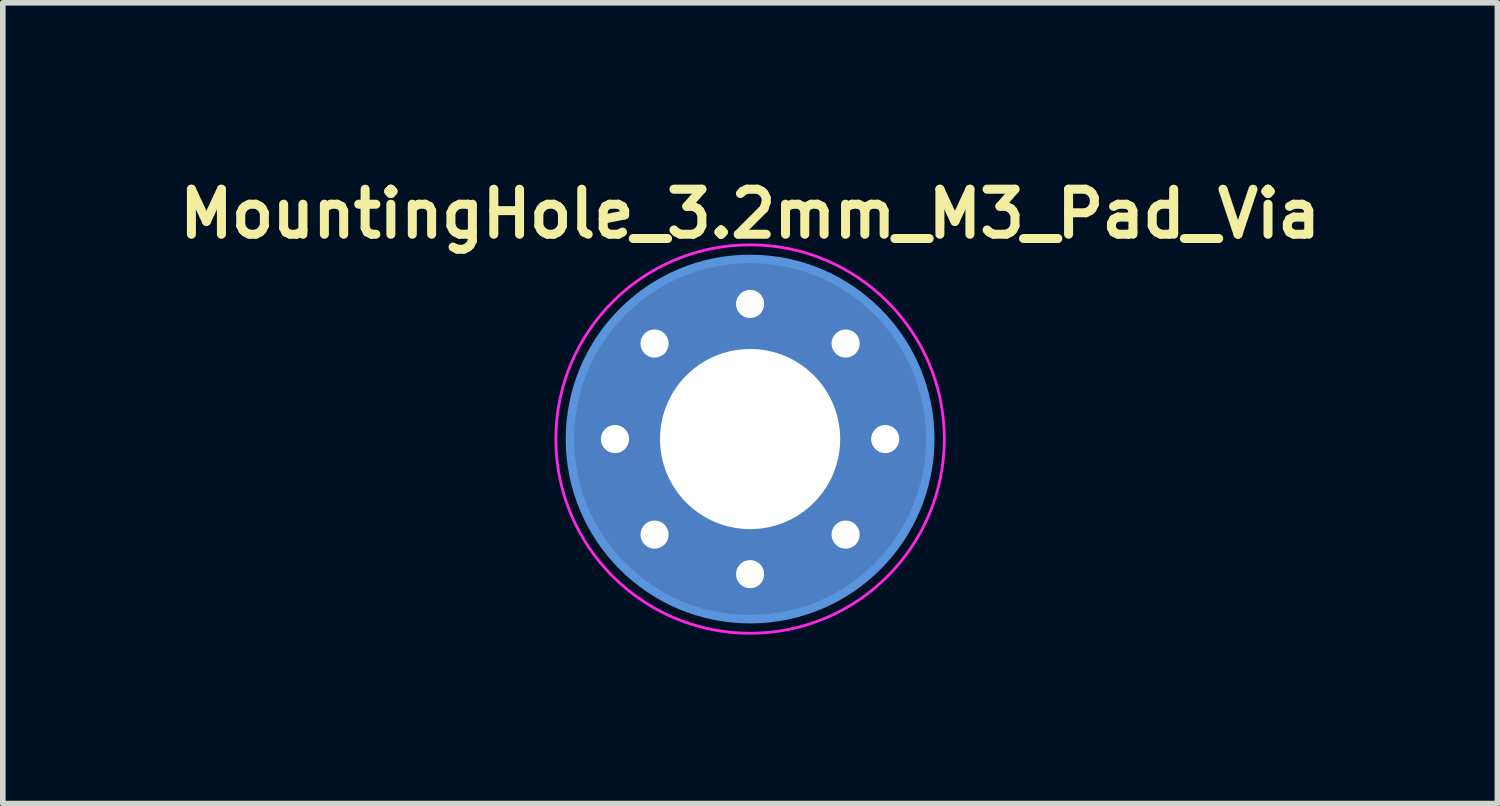
<source format=kicad_pcb>
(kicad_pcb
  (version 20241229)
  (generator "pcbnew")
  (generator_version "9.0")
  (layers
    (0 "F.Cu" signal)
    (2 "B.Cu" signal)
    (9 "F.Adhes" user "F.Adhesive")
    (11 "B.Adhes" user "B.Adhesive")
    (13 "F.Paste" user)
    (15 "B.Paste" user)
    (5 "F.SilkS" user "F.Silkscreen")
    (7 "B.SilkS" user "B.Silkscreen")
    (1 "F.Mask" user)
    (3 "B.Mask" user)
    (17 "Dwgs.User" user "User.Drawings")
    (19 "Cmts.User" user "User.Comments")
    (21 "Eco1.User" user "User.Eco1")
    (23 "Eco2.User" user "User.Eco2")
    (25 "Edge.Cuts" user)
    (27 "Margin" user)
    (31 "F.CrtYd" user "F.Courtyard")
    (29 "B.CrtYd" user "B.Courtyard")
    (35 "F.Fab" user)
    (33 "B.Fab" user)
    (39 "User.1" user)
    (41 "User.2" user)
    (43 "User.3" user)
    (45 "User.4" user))
  (footprint "MountingHole_3.2mm_M3_Pad_Via"
    (layer "F.Cu")
    (at 10.274 4.749)
    (property "Reference" "MountingHole_3.2mm_M3_Pad_Via" (at 0 -4 0) (layer "F.SilkS") (effects (font (size 0.8 0.8) (thickness 0.16))))
    (attr exclude_from_pos_files exclude_from_bom)
    (fp_circle (center 0 0) (end 3.2 0) (stroke (width 0.15) (type solid)) (fill no) (layer "Cmts.User"))
    (fp_circle (center 0 0) (end 3.45 0) (stroke (width 0.05) (type solid)) (fill no) (layer "F.CrtYd"))
    (pad "1" thru_hole circle (at -2.4 0) (size 0.8 0.8) (drill 0.5) (layers "*.Cu" "*.Mask"))
    (pad "1" thru_hole circle (at -1.697 -1.697) (size 0.8 0.8) (drill 0.5) (layers "*.Cu" "*.Mask"))
    (pad "1" thru_hole circle (at -1.697 1.697) (size 0.8 0.8) (drill 0.5) (layers "*.Cu" "*.Mask"))
    (pad "1" thru_hole circle (at 0 -2.4) (size 0.8 0.8) (drill 0.5) (layers "*.Cu" "*.Mask"))
    (pad "1" thru_hole circle (at 0 0) (size 6.4 6.4) (drill 3.2) (layers "*.Cu" "*.Mask"))
    (pad "1" thru_hole circle (at 0 2.4) (size 0.8 0.8) (drill 0.5) (layers "*.Cu" "*.Mask"))
    (pad "1" thru_hole circle (at 1.697 -1.697) (size 0.8 0.8) (drill 0.5) (layers "*.Cu" "*.Mask"))
    (pad "1" thru_hole circle (at 1.697 1.697) (size 0.8 0.8) (drill 0.5) (layers "*.Cu" "*.Mask"))
    (pad "1" thru_hole circle (at 2.4 0) (size 0.8 0.8) (drill 0.5) (layers "*.Cu" "*.Mask")))
  (gr_rect
    (start -3 -3)
    (end 23.549 11.224)
    (stroke (width 0.1) (type default))
    (fill no)
    (layer "Edge.Cuts")))
</source>
